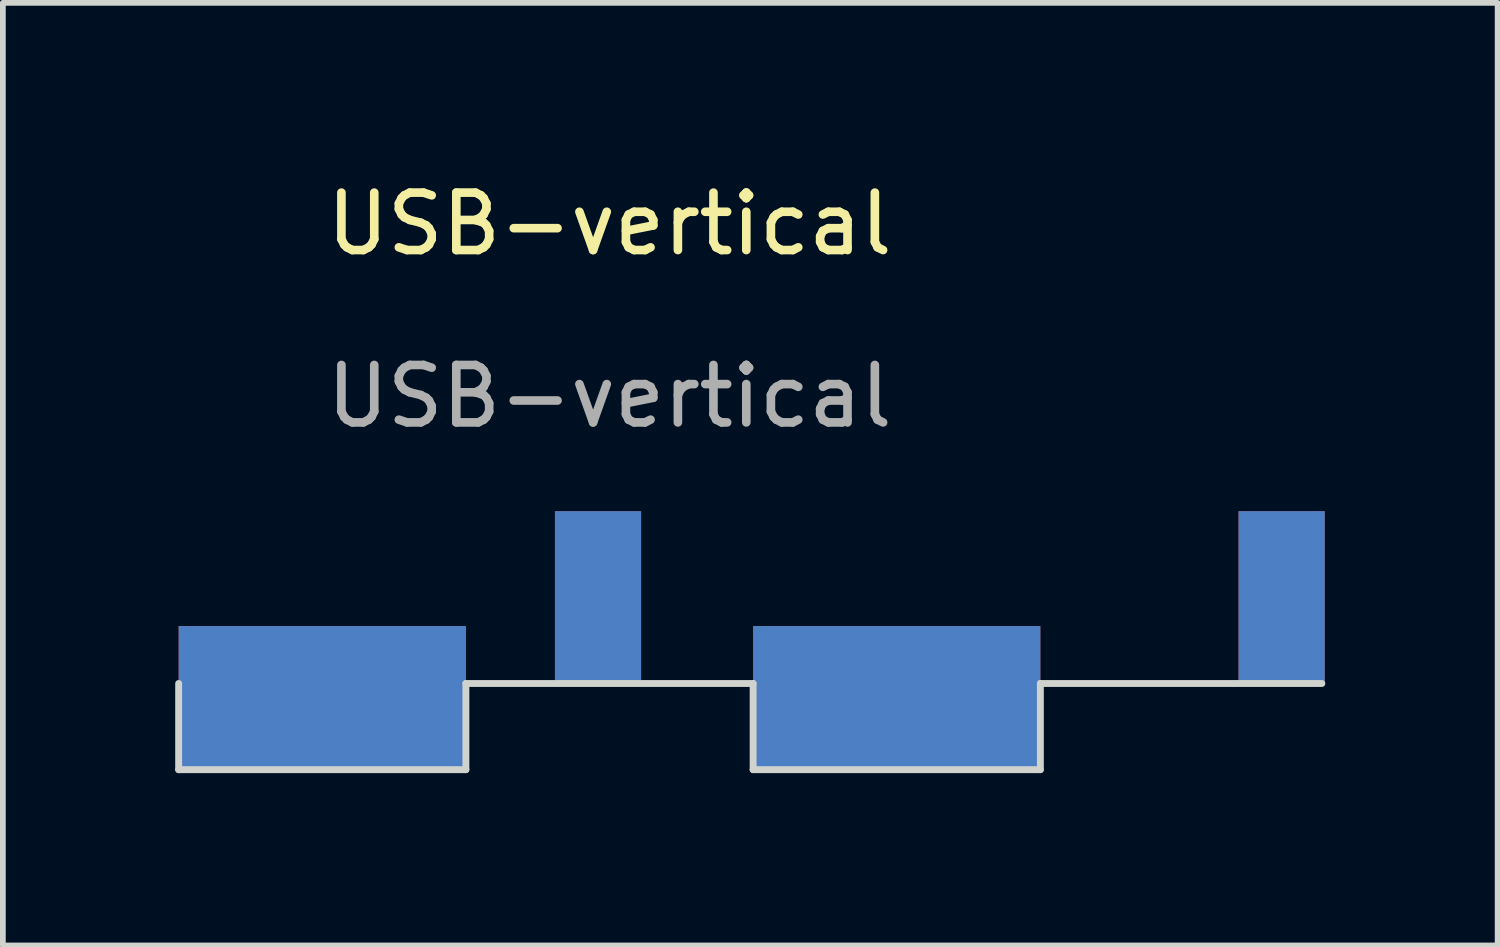
<source format=kicad_pcb>
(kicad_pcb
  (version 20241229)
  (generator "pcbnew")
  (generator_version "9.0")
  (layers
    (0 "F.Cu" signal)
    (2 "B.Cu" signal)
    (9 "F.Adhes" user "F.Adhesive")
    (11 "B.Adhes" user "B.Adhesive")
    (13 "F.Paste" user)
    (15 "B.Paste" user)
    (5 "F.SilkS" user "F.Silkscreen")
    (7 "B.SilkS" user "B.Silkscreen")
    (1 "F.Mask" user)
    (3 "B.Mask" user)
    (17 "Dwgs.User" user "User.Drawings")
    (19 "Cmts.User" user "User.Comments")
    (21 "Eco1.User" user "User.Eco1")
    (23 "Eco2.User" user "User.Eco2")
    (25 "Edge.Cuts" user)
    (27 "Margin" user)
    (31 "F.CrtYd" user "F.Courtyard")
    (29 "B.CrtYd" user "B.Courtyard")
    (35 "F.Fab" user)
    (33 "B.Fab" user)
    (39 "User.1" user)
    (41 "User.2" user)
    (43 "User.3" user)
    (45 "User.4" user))
  (footprint "USB-vertical"
    (layer "F.Cu")
    (at 7.56 7.848)
    (property "Reference" "USB-vertical" (at 0 -7 0) (unlocked yes) (layer "F.SilkS") (effects (font (size 1 1) (thickness 0.15))))
    (attr through_hole)
    (fp_line (start -7.5 1) (end -7.5 2.5) (stroke (width 0.12) (type solid)) (layer "Edge.Cuts"))
    (fp_line (start -7.5 2.5) (end -2.5 2.5) (stroke (width 0.12) (type solid)) (layer "Edge.Cuts"))
    (fp_line (start -2.5 1) (end 2.5 1) (stroke (width 0.12) (type solid)) (layer "Edge.Cuts"))
    (fp_line (start -2.5 2.5) (end -2.5 1) (stroke (width 0.12) (type solid)) (layer "Edge.Cuts"))
    (fp_line (start 2.5 1) (end 2.5 2.5) (stroke (width 0.12) (type solid)) (layer "Edge.Cuts"))
    (fp_line (start 2.5 2.5) (end 7.5 2.5) (stroke (width 0.12) (type solid)) (layer "Edge.Cuts"))
    (fp_line (start 7.5 1) (end 12.4 1) (stroke (width 0.12) (type solid)) (layer "Edge.Cuts"))
    (fp_line (start 7.5 2.5) (end 7.5 1) (stroke (width 0.12) (type solid)) (layer "Edge.Cuts"))
    (fp_text user "${REFERENCE}" (at 0 -4 0) (unlocked yes) (layer "F.Fab") (effects (font (size 1 1) (thickness 0.15))))
    (pad "1" smd rect (at 5 1.25 90) (size 2.5 5) (layers "F.Cu" "F.Mask" "F.Paste"))
    (pad "1" smd rect (at 5 1.25 270) (size 2.5 5) (layers "B.Cu" "B.Mask" "B.Paste"))
    (pad "2" smd rect (at -0.2 -0.5) (size 1.5 3) (layers "B.Cu" "B.Mask" "B.Paste"))
    (pad "3" smd rect (at -0.2 -0.5 180) (size 1.5 3) (layers "F.Cu" "F.Mask" "F.Paste"))
    (pad "4" smd rect (at -5 1.25 90) (size 2.5 5) (layers "F.Cu" "F.Mask" "F.Paste"))
    (pad "4" smd rect (at -5 1.25 270) (size 2.5 5) (layers "B.Cu" "B.Mask" "B.Paste"))
    (pad "5" smd rect (at 11.7 -0.5 180) (size 1.5 3) (layers "F.Cu" "F.Mask" "F.Paste"))
    (pad "5" smd rect (at 11.7 -0.5 180) (size 1.5 3) (layers "B.Cu" "B.Mask" "B.Paste")))
  (gr_rect
    (start -3 -3)
    (end 23.02 13.408)
    (stroke (width 0.1) (type default))
    (fill no)
    (layer "Edge.Cuts")))
</source>
